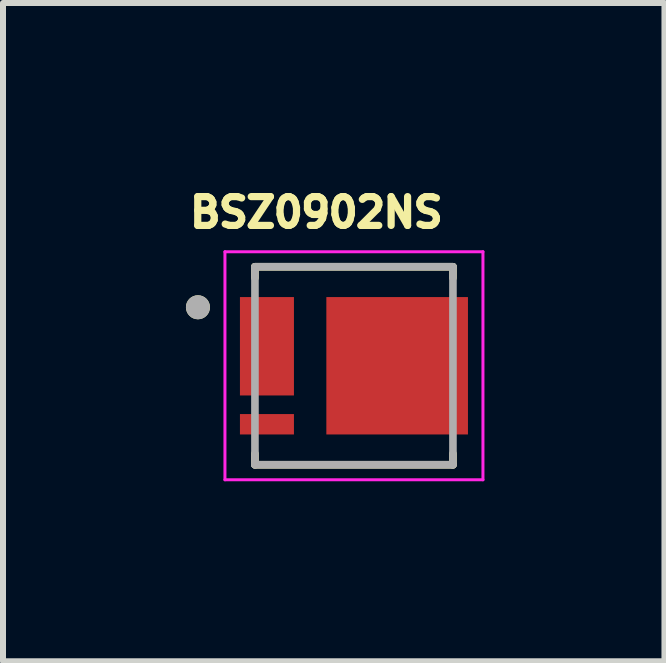
<source format=kicad_pcb>
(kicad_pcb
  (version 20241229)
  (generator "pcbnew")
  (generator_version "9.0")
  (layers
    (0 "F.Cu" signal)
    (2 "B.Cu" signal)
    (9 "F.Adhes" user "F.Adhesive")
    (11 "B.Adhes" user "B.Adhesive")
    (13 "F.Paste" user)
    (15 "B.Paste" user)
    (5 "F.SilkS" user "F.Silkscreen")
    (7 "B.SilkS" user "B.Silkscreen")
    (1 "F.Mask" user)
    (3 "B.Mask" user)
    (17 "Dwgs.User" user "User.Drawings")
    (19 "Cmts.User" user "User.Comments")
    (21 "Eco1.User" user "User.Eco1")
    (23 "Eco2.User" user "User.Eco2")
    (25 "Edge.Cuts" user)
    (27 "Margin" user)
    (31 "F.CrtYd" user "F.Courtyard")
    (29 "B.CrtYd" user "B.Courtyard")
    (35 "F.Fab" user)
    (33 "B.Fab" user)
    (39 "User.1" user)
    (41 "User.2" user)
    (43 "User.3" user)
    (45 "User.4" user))
  (footprint "BSZ0902NS"
    (layer "F.Cu")
    (at 2.849 3.046)
    (property "Reference" "BSZ0902NS" (at -0.626 -2.555 0) (layer "F.SilkS") (effects (font (size 0.48 0.48) (thickness 0.15))))
    (attr smd)
    (fp_poly (pts (xy -1.9 0.805) (xy -1 0.805) (xy -1 1.145) (xy -1.9 1.145)) (stroke (width 0.01) (type solid)) (fill yes) (layer "F.Mask"))
    (fp_poly (pts (xy -1 -1.145) (xy -1 0.495) (xy -1.9 0.495) (xy -1.9 0.155) (xy -1.45 0.155) (xy -1.45 -0.155) (xy -1.9 -0.155) (xy -1.9 -0.495) (xy -1.45 -0.495) (xy -1.45 -0.805) (xy -1.9 -0.805) (xy -1.9 -1.145)) (stroke (width 0.01) (type solid)) (fill yes) (layer "F.Mask"))
    (fp_poly (pts (xy -0.46 -1.145) (xy -0.46 1.145) (xy 1.9 1.145) (xy 1.9 0.805) (xy 1.25 0.805) (xy 1.25 0.495) (xy 1.9 0.495) (xy 1.9 0.155) (xy 1.25 0.155) (xy 1.25 -0.155) (xy 1.9 -0.155) (xy 1.9 -0.495) (xy 1.25 -0.495) (xy 1.25 -0.805) (xy 1.9 -0.805) (xy 1.9 -1.145)) (stroke (width 0.01) (type solid)) (fill yes) (layer "F.Mask"))
    (fp_line (start -1.65 -1.65) (end -1.65 -1.465) (stroke (width 0.127) (type solid)) (layer "F.SilkS"))
    (fp_line (start -1.65 1.65) (end -1.65 1.465) (stroke (width 0.127) (type solid)) (layer "F.SilkS"))
    (fp_line (start -1.65 1.65) (end 1.65 1.65) (stroke (width 0.127) (type solid)) (layer "F.SilkS"))
    (fp_line (start 1.65 -1.65) (end -1.65 -1.65) (stroke (width 0.127) (type solid)) (layer "F.SilkS"))
    (fp_line (start 1.65 -1.465) (end 1.65 -1.65) (stroke (width 0.127) (type solid)) (layer "F.SilkS"))
    (fp_line (start 1.65 1.65) (end 1.65 1.465) (stroke (width 0.127) (type solid)) (layer "F.SilkS"))
    (fp_circle (center -2.6 -0.975) (end -2.5 -0.975) (stroke (width 0.2) (type solid)) (fill no) (layer "F.SilkS"))
    (fp_poly (pts (xy -1.775 0.855) (xy -1.225 0.855) (xy -1.221 0.855) (xy -1.217 0.855) (xy -1.213 0.856) (xy -1.209 0.857) (xy -1.206 0.858) (xy -1.202 0.859) (xy -1.198 0.86) (xy -1.194 0.861) (xy -1.191 0.863) (xy -1.188 0.865) (xy -1.184 0.867) (xy -1.181 0.869) (xy -1.178 0.872) (xy -1.175 0.874) (xy -1.172 0.877) (xy -1.169 0.88) (xy -1.167 0.883) (xy -1.164 0.886) (xy -1.162 0.889) (xy -1.16 0.893) (xy -1.158 0.896) (xy -1.156 0.899) (xy -1.155 0.903) (xy -1.154 0.907) (xy -1.153 0.911) (xy -1.152 0.914) (xy -1.151 0.918) (xy -1.15 0.922) (xy -1.15 0.926) (xy -1.15 0.93) (xy -1.15 1.02) (xy -1.15 1.024) (xy -1.15 1.028) (xy -1.151 1.032) (xy -1.152 1.036) (xy -1.153 1.039) (xy -1.154 1.043) (xy -1.155 1.047) (xy -1.156 1.051) (xy -1.158 1.054) (xy -1.16 1.058) (xy -1.162 1.061) (xy -1.164 1.064) (xy -1.167 1.067) (xy -1.169 1.07) (xy -1.172 1.073) (xy -1.175 1.076) (xy -1.178 1.078) (xy -1.181 1.081) (xy -1.184 1.083) (xy -1.188 1.085) (xy -1.191 1.087) (xy -1.194 1.089) (xy -1.198 1.09) (xy -1.202 1.091) (xy -1.206 1.092) (xy -1.209 1.093) (xy -1.213 1.094) (xy -1.217 1.095) (xy -1.221 1.095) (xy -1.225 1.095) (xy -1.775 1.095) (xy -1.779 1.095) (xy -1.783 1.095) (xy -1.787 1.094) (xy -1.791 1.093) (xy -1.794 1.092) (xy -1.798 1.091) (xy -1.802 1.09) (xy -1.806 1.089) (xy -1.809 1.087) (xy -1.813 1.085) (xy -1.816 1.083) (xy -1.819 1.081) (xy -1.822 1.078) (xy -1.825 1.076) (xy -1.828 1.073) (xy -1.831 1.07) (xy -1.833 1.067) (xy -1.836 1.064) (xy -1.838 1.061) (xy -1.84 1.058) (xy -1.842 1.054) (xy -1.844 1.051) (xy -1.845 1.047) (xy -1.846 1.043) (xy -1.847 1.039) (xy -1.848 1.036) (xy -1.849 1.032) (xy -1.85 1.028) (xy -1.85 1.024) (xy -1.85 1.02) (xy -1.85 0.93) (xy -1.85 0.926) (xy -1.85 0.922) (xy -1.849 0.918) (xy -1.848 0.914) (xy -1.847 0.911) (xy -1.846 0.907) (xy -1.845 0.903) (xy -1.844 0.899) (xy -1.842 0.896) (xy -1.84 0.893) (xy -1.838 0.889) (xy -1.836 0.886) (xy -1.833 0.883) (xy -1.831 0.88) (xy -1.828 0.877) (xy -1.825 0.874) (xy -1.822 0.872) (xy -1.819 0.869) (xy -1.816 0.867) (xy -1.813 0.865) (xy -1.809 0.863) (xy -1.806 0.861) (xy -1.802 0.86) (xy -1.798 0.859) (xy -1.794 0.858) (xy -1.791 0.857) (xy -1.787 0.856) (xy -1.783 0.855) (xy -1.779 0.855) (xy -1.775 0.855)) (stroke (width 0.01) (type solid)) (fill yes) (layer "F.Paste"))
    (fp_poly (pts (xy -1.55 -1.02) (xy -1.55 -0.93) (xy -1.55 -0.926) (xy -1.55 -0.922) (xy -1.551 -0.918) (xy -1.552 -0.914) (xy -1.553 -0.911) (xy -1.554 -0.907) (xy -1.555 -0.903) (xy -1.556 -0.899) (xy -1.558 -0.896) (xy -1.56 -0.893) (xy -1.562 -0.889) (xy -1.564 -0.886) (xy -1.567 -0.883) (xy -1.569 -0.88) (xy -1.572 -0.877) (xy -1.575 -0.874) (xy -1.578 -0.872) (xy -1.581 -0.869) (xy -1.584 -0.867) (xy -1.587 -0.865) (xy -1.591 -0.863) (xy -1.594 -0.861) (xy -1.598 -0.86) (xy -1.602 -0.859) (xy -1.606 -0.858) (xy -1.609 -0.857) (xy -1.613 -0.856) (xy -1.617 -0.855) (xy -1.621 -0.855) (xy -1.625 -0.855) (xy -1.775 -0.855) (xy -1.779 -0.855) (xy -1.783 -0.855) (xy -1.787 -0.856) (xy -1.791 -0.857) (xy -1.794 -0.858) (xy -1.798 -0.859) (xy -1.802 -0.86) (xy -1.806 -0.861) (xy -1.809 -0.863) (xy -1.813 -0.865) (xy -1.816 -0.867) (xy -1.819 -0.869) (xy -1.822 -0.872) (xy -1.825 -0.874) (xy -1.828 -0.877) (xy -1.831 -0.88) (xy -1.833 -0.883) (xy -1.836 -0.886) (xy -1.838 -0.889) (xy -1.84 -0.893) (xy -1.842 -0.896) (xy -1.844 -0.899) (xy -1.845 -0.903) (xy -1.846 -0.907) (xy -1.847 -0.911) (xy -1.848 -0.914) (xy -1.849 -0.918) (xy -1.85 -0.922) (xy -1.85 -0.926) (xy -1.85 -0.93) (xy -1.85 -1.02) (xy -1.85 -1.024) (xy -1.85 -1.028) (xy -1.849 -1.032) (xy -1.848 -1.036) (xy -1.847 -1.039) (xy -1.846 -1.043) (xy -1.845 -1.047) (xy -1.844 -1.051) (xy -1.842 -1.054) (xy -1.84 -1.058) (xy -1.838 -1.061) (xy -1.836 -1.064) (xy -1.833 -1.067) (xy -1.831 -1.07) (xy -1.828 -1.073) (xy -1.825 -1.076) (xy -1.822 -1.078) (xy -1.819 -1.081) (xy -1.816 -1.083) (xy -1.813 -1.085) (xy -1.809 -1.087) (xy -1.806 -1.089) (xy -1.802 -1.09) (xy -1.798 -1.091) (xy -1.794 -1.092) (xy -1.791 -1.093) (xy -1.787 -1.094) (xy -1.783 -1.095) (xy -1.779 -1.095) (xy -1.775 -1.095) (xy -1.625 -1.095) (xy -1.621 -1.095) (xy -1.617 -1.095) (xy -1.613 -1.094) (xy -1.609 -1.093) (xy -1.606 -1.092) (xy -1.602 -1.091) (xy -1.598 -1.09) (xy -1.594 -1.089) (xy -1.591 -1.087) (xy -1.587 -1.085) (xy -1.584 -1.083) (xy -1.581 -1.081) (xy -1.578 -1.078) (xy -1.575 -1.076) (xy -1.572 -1.073) (xy -1.569 -1.07) (xy -1.567 -1.067) (xy -1.564 -1.064) (xy -1.562 -1.061) (xy -1.56 -1.058) (xy -1.558 -1.054) (xy -1.556 -1.051) (xy -1.555 -1.047) (xy -1.554 -1.043) (xy -1.553 -1.039) (xy -1.552 -1.036) (xy -1.551 -1.032) (xy -1.55 -1.028) (xy -1.55 -1.024) (xy -1.55 -1.02)) (stroke (width 0.01) (type solid)) (fill yes) (layer "F.Paste"))
    (fp_poly (pts (xy -1.55 -0.37) (xy -1.55 -0.28) (xy -1.55 -0.276) (xy -1.55 -0.272) (xy -1.551 -0.268) (xy -1.552 -0.264) (xy -1.553 -0.261) (xy -1.554 -0.257) (xy -1.555 -0.253) (xy -1.556 -0.249) (xy -1.558 -0.246) (xy -1.56 -0.242) (xy -1.562 -0.239) (xy -1.564 -0.236) (xy -1.567 -0.233) (xy -1.569 -0.23) (xy -1.572 -0.227) (xy -1.575 -0.224) (xy -1.578 -0.222) (xy -1.581 -0.219) (xy -1.584 -0.217) (xy -1.587 -0.215) (xy -1.591 -0.213) (xy -1.594 -0.211) (xy -1.598 -0.21) (xy -1.602 -0.209) (xy -1.606 -0.208) (xy -1.609 -0.207) (xy -1.613 -0.206) (xy -1.617 -0.205) (xy -1.621 -0.205) (xy -1.625 -0.205) (xy -1.775 -0.205) (xy -1.779 -0.205) (xy -1.783 -0.205) (xy -1.787 -0.206) (xy -1.791 -0.207) (xy -1.794 -0.208) (xy -1.798 -0.209) (xy -1.802 -0.21) (xy -1.806 -0.211) (xy -1.809 -0.213) (xy -1.813 -0.215) (xy -1.816 -0.217) (xy -1.819 -0.219) (xy -1.822 -0.222) (xy -1.825 -0.224) (xy -1.828 -0.227) (xy -1.831 -0.23) (xy -1.833 -0.233) (xy -1.836 -0.236) (xy -1.838 -0.239) (xy -1.84 -0.243) (xy -1.842 -0.246) (xy -1.844 -0.249) (xy -1.845 -0.253) (xy -1.846 -0.257) (xy -1.847 -0.261) (xy -1.848 -0.264) (xy -1.849 -0.268) (xy -1.85 -0.272) (xy -1.85 -0.276) (xy -1.85 -0.28) (xy -1.85 -0.37) (xy -1.85 -0.374) (xy -1.85 -0.378) (xy -1.849 -0.382) (xy -1.848 -0.386) (xy -1.847 -0.389) (xy -1.846 -0.393) (xy -1.845 -0.397) (xy -1.844 -0.401) (xy -1.842 -0.404) (xy -1.84 -0.407) (xy -1.838 -0.411) (xy -1.836 -0.414) (xy -1.833 -0.417) (xy -1.831 -0.42) (xy -1.828 -0.423) (xy -1.825 -0.426) (xy -1.822 -0.428) (xy -1.819 -0.431) (xy -1.816 -0.433) (xy -1.813 -0.435) (xy -1.809 -0.437) (xy -1.806 -0.439) (xy -1.802 -0.44) (xy -1.798 -0.441) (xy -1.794 -0.442) (xy -1.791 -0.443) (xy -1.787 -0.444) (xy -1.783 -0.445) (xy -1.779 -0.445) (xy -1.775 -0.445) (xy -1.625 -0.445) (xy -1.621 -0.445) (xy -1.617 -0.445) (xy -1.613 -0.444) (xy -1.609 -0.443) (xy -1.606 -0.442) (xy -1.602 -0.441) (xy -1.598 -0.44) (xy -1.594 -0.439) (xy -1.591 -0.437) (xy -1.587 -0.435) (xy -1.584 -0.433) (xy -1.581 -0.431) (xy -1.578 -0.428) (xy -1.575 -0.426) (xy -1.572 -0.423) (xy -1.569 -0.42) (xy -1.567 -0.417) (xy -1.564 -0.414) (xy -1.562 -0.411) (xy -1.56 -0.407) (xy -1.558 -0.404) (xy -1.556 -0.401) (xy -1.555 -0.397) (xy -1.554 -0.393) (xy -1.553 -0.389) (xy -1.552 -0.386) (xy -1.551 -0.382) (xy -1.55 -0.378) (xy -1.55 -0.374) (xy -1.55 -0.37)) (stroke (width 0.01) (type solid)) (fill yes) (layer "F.Paste"))
    (fp_poly (pts (xy -1.55 0.28) (xy -1.55 0.37) (xy -1.55 0.374) (xy -1.55 0.378) (xy -1.551 0.382) (xy -1.552 0.386) (xy -1.553 0.389) (xy -1.554 0.393) (xy -1.555 0.397) (xy -1.556 0.401) (xy -1.558 0.404) (xy -1.56 0.407) (xy -1.562 0.411) (xy -1.564 0.414) (xy -1.567 0.417) (xy -1.569 0.42) (xy -1.572 0.423) (xy -1.575 0.426) (xy -1.578 0.428) (xy -1.581 0.431) (xy -1.584 0.433) (xy -1.587 0.435) (xy -1.591 0.437) (xy -1.594 0.439) (xy -1.598 0.44) (xy -1.602 0.441) (xy -1.606 0.442) (xy -1.609 0.443) (xy -1.613 0.444) (xy -1.617 0.445) (xy -1.621 0.445) (xy -1.625 0.445) (xy -1.775 0.445) (xy -1.779 0.445) (xy -1.783 0.445) (xy -1.787 0.444) (xy -1.791 0.443) (xy -1.794 0.442) (xy -1.798 0.441) (xy -1.802 0.44) (xy -1.806 0.439) (xy -1.809 0.437) (xy -1.813 0.435) (xy -1.816 0.433) (xy -1.819 0.431) (xy -1.822 0.428) (xy -1.825 0.426) (xy -1.828 0.423) (xy -1.831 0.42) (xy -1.833 0.417) (xy -1.836 0.414) (xy -1.838 0.411) (xy -1.84 0.407) (xy -1.842 0.404) (xy -1.844 0.401) (xy -1.845 0.397) (xy -1.846 0.393) (xy -1.847 0.389) (xy -1.848 0.386) (xy -1.849 0.382) (xy -1.85 0.378) (xy -1.85 0.374) (xy -1.85 0.37) (xy -1.85 0.28) (xy -1.85 0.276) (xy -1.85 0.272) (xy -1.849 0.268) (xy -1.848 0.264) (xy -1.847 0.261) (xy -1.846 0.257) (xy -1.845 0.253) (xy -1.844 0.249) (xy -1.842 0.246) (xy -1.84 0.243) (xy -1.838 0.239) (xy -1.836 0.236) (xy -1.833 0.233) (xy -1.831 0.23) (xy -1.828 0.227) (xy -1.825 0.224) (xy -1.822 0.222) (xy -1.819 0.219) (xy -1.816 0.217) (xy -1.813 0.215) (xy -1.809 0.213) (xy -1.806 0.211) (xy -1.802 0.21) (xy -1.798 0.209) (xy -1.794 0.208) (xy -1.791 0.207) (xy -1.787 0.206) (xy -1.783 0.205) (xy -1.779 0.205) (xy -1.775 0.205) (xy -1.625 0.205) (xy -1.621 0.205) (xy -1.617 0.205) (xy -1.613 0.206) (xy -1.609 0.207) (xy -1.606 0.208) (xy -1.602 0.209) (xy -1.598 0.21) (xy -1.594 0.211) (xy -1.591 0.213) (xy -1.587 0.215) (xy -1.584 0.217) (xy -1.581 0.219) (xy -1.578 0.222) (xy -1.575 0.224) (xy -1.572 0.227) (xy -1.569 0.23) (xy -1.567 0.233) (xy -1.564 0.236) (xy -1.562 0.239) (xy -1.56 0.242) (xy -1.558 0.246) (xy -1.556 0.249) (xy -1.555 0.253) (xy -1.554 0.257) (xy -1.553 0.261) (xy -1.552 0.264) (xy -1.551 0.268) (xy -1.55 0.272) (xy -1.55 0.276) (xy -1.55 0.28)) (stroke (width 0.01) (type solid)) (fill yes) (layer "F.Paste"))
    (fp_poly (pts (xy -1.4 -0.501) (xy -1.4 -1.019) (xy -1.4 -1.023) (xy -1.4 -1.027) (xy -1.399 -1.031) (xy -1.398 -1.035) (xy -1.397 -1.038) (xy -1.396 -1.042) (xy -1.395 -1.046) (xy -1.394 -1.05) (xy -1.392 -1.053) (xy -1.39 -1.056) (xy -1.388 -1.06) (xy -1.386 -1.063) (xy -1.383 -1.066) (xy -1.381 -1.069) (xy -1.378 -1.072) (xy -1.375 -1.075) (xy -1.372 -1.077) (xy -1.369 -1.08) (xy -1.366 -1.082) (xy -1.362 -1.084) (xy -1.359 -1.086) (xy -1.356 -1.088) (xy -1.352 -1.089) (xy -1.348 -1.09) (xy -1.344 -1.091) (xy -1.341 -1.092) (xy -1.337 -1.093) (xy -1.333 -1.094) (xy -1.329 -1.094) (xy -1.325 -1.094) (xy -1.125 -1.094) (xy -1.121 -1.094) (xy -1.117 -1.094) (xy -1.113 -1.093) (xy -1.109 -1.092) (xy -1.106 -1.091) (xy -1.102 -1.09) (xy -1.098 -1.089) (xy -1.094 -1.088) (xy -1.091 -1.086) (xy -1.087 -1.084) (xy -1.084 -1.082) (xy -1.081 -1.08) (xy -1.078 -1.077) (xy -1.075 -1.075) (xy -1.072 -1.072) (xy -1.069 -1.069) (xy -1.067 -1.066) (xy -1.064 -1.063) (xy -1.062 -1.06) (xy -1.06 -1.056) (xy -1.058 -1.053) (xy -1.056 -1.05) (xy -1.055 -1.046) (xy -1.054 -1.042) (xy -1.053 -1.038) (xy -1.052 -1.035) (xy -1.051 -1.031) (xy -1.05 -1.027) (xy -1.05 -1.023) (xy -1.05 -1.019) (xy -1.05 -0.501) (xy -1.05 -0.497) (xy -1.05 -0.493) (xy -1.051 -0.489) (xy -1.052 -0.485) (xy -1.053 -0.482) (xy -1.054 -0.478) (xy -1.055 -0.474) (xy -1.056 -0.47) (xy -1.058 -0.467) (xy -1.06 -0.464) (xy -1.062 -0.46) (xy -1.064 -0.457) (xy -1.067 -0.454) (xy -1.069 -0.451) (xy -1.072 -0.448) (xy -1.075 -0.445) (xy -1.078 -0.443) (xy -1.081 -0.44) (xy -1.084 -0.438) (xy -1.087 -0.436) (xy -1.091 -0.434) (xy -1.094 -0.432) (xy -1.098 -0.431) (xy -1.102 -0.43) (xy -1.106 -0.429) (xy -1.109 -0.428) (xy -1.113 -0.427) (xy -1.117 -0.426) (xy -1.121 -0.426) (xy -1.125 -0.426) (xy -1.325 -0.426) (xy -1.329 -0.426) (xy -1.333 -0.426) (xy -1.337 -0.427) (xy -1.341 -0.428) (xy -1.344 -0.429) (xy -1.348 -0.43) (xy -1.352 -0.431) (xy -1.356 -0.432) (xy -1.359 -0.434) (xy -1.362 -0.436) (xy -1.366 -0.438) (xy -1.369 -0.44) (xy -1.372 -0.443) (xy -1.375 -0.445) (xy -1.378 -0.448) (xy -1.381 -0.451) (xy -1.383 -0.454) (xy -1.386 -0.457) (xy -1.388 -0.46) (xy -1.39 -0.464) (xy -1.392 -0.467) (xy -1.394 -0.47) (xy -1.395 -0.474) (xy -1.396 -0.478) (xy -1.397 -0.482) (xy -1.398 -0.485) (xy -1.399 -0.489) (xy -1.4 -0.493) (xy -1.4 -0.497) (xy -1.4 -0.501)) (stroke (width 0.01) (type solid)) (fill yes) (layer "F.Paste"))
    (fp_poly (pts (xy -1.4 0.369) (xy -1.4 -0.149) (xy -1.4 -0.153) (xy -1.4 -0.157) (xy -1.399 -0.161) (xy -1.398 -0.165) (xy -1.397 -0.168) (xy -1.396 -0.172) (xy -1.395 -0.176) (xy -1.394 -0.18) (xy -1.392 -0.183) (xy -1.39 -0.186) (xy -1.388 -0.19) (xy -1.386 -0.193) (xy -1.383 -0.196) (xy -1.381 -0.199) (xy -1.378 -0.202) (xy -1.375 -0.205) (xy -1.372 -0.207) (xy -1.369 -0.21) (xy -1.366 -0.212) (xy -1.362 -0.214) (xy -1.359 -0.216) (xy -1.356 -0.218) (xy -1.352 -0.219) (xy -1.348 -0.22) (xy -1.344 -0.221) (xy -1.341 -0.222) (xy -1.337 -0.223) (xy -1.333 -0.224) (xy -1.329 -0.224) (xy -1.325 -0.224) (xy -1.125 -0.224) (xy -1.121 -0.224) (xy -1.117 -0.224) (xy -1.113 -0.223) (xy -1.109 -0.222) (xy -1.106 -0.221) (xy -1.102 -0.22) (xy -1.098 -0.219) (xy -1.094 -0.218) (xy -1.091 -0.216) (xy -1.087 -0.214) (xy -1.084 -0.212) (xy -1.081 -0.21) (xy -1.078 -0.207) (xy -1.075 -0.205) (xy -1.072 -0.202) (xy -1.069 -0.199) (xy -1.067 -0.196) (xy -1.064 -0.193) (xy -1.062 -0.19) (xy -1.06 -0.186) (xy -1.058 -0.183) (xy -1.056 -0.18) (xy -1.055 -0.176) (xy -1.054 -0.172) (xy -1.053 -0.168) (xy -1.052 -0.165) (xy -1.051 -0.161) (xy -1.05 -0.157) (xy -1.05 -0.153) (xy -1.05 -0.149) (xy -1.05 0.369) (xy -1.05 0.373) (xy -1.05 0.377) (xy -1.051 0.381) (xy -1.052 0.385) (xy -1.053 0.388) (xy -1.054 0.392) (xy -1.055 0.396) (xy -1.056 0.4) (xy -1.058 0.403) (xy -1.06 0.406) (xy -1.062 0.41) (xy -1.064 0.413) (xy -1.067 0.416) (xy -1.069 0.419) (xy -1.072 0.422) (xy -1.075 0.425) (xy -1.078 0.427) (xy -1.081 0.43) (xy -1.084 0.432) (xy -1.087 0.434) (xy -1.091 0.436) (xy -1.094 0.438) (xy -1.098 0.439) (xy -1.102 0.44) (xy -1.106 0.441) (xy -1.109 0.442) (xy -1.113 0.443) (xy -1.117 0.444) (xy -1.121 0.444) (xy -1.125 0.444) (xy -1.325 0.444) (xy -1.329 0.444) (xy -1.333 0.444) (xy -1.337 0.443) (xy -1.341 0.442) (xy -1.344 0.441) (xy -1.348 0.44) (xy -1.352 0.439) (xy -1.356 0.438) (xy -1.359 0.436) (xy -1.362 0.434) (xy -1.366 0.432) (xy -1.369 0.43) (xy -1.372 0.427) (xy -1.375 0.425) (xy -1.378 0.422) (xy -1.381 0.419) (xy -1.383 0.416) (xy -1.386 0.413) (xy -1.388 0.41) (xy -1.39 0.406) (xy -1.392 0.403) (xy -1.394 0.4) (xy -1.395 0.396) (xy -1.396 0.392) (xy -1.397 0.388) (xy -1.398 0.385) (xy -1.399 0.381) (xy -1.4 0.377) (xy -1.4 0.373) (xy -1.4 0.369)) (stroke (width 0.01) (type solid)) (fill yes) (layer "F.Paste"))
    (fp_poly (pts (xy -0.35 -0.47) (xy -0.35 0.47) (xy -0.35 0.474) (xy -0.35 0.478) (xy -0.349 0.482) (xy -0.348 0.486) (xy -0.347 0.489) (xy -0.346 0.493) (xy -0.345 0.497) (xy -0.344 0.501) (xy -0.342 0.504) (xy -0.34 0.508) (xy -0.338 0.511) (xy -0.336 0.514) (xy -0.333 0.517) (xy -0.331 0.52) (xy -0.328 0.523) (xy -0.325 0.526) (xy -0.322 0.528) (xy -0.319 0.531) (xy -0.316 0.533) (xy -0.313 0.535) (xy -0.309 0.537) (xy -0.306 0.539) (xy -0.302 0.54) (xy -0.298 0.541) (xy -0.294 0.542) (xy -0.291 0.543) (xy -0.287 0.544) (xy -0.283 0.545) (xy -0.279 0.545) (xy -0.275 0.545) (xy 0.975 0.545) (xy 0.979 0.545) (xy 0.983 0.545) (xy 0.987 0.544) (xy 0.991 0.543) (xy 0.994 0.542) (xy 0.998 0.541) (xy 1.002 0.54) (xy 1.006 0.539) (xy 1.009 0.537) (xy 1.012 0.535) (xy 1.016 0.533) (xy 1.019 0.531) (xy 1.022 0.528) (xy 1.025 0.526) (xy 1.028 0.523) (xy 1.031 0.52) (xy 1.033 0.517) (xy 1.036 0.514) (xy 1.038 0.511) (xy 1.04 0.508) (xy 1.042 0.504) (xy 1.044 0.501) (xy 1.045 0.497) (xy 1.046 0.493) (xy 1.047 0.489) (xy 1.048 0.486) (xy 1.049 0.482) (xy 1.05 0.478) (xy 1.05 0.474) (xy 1.05 0.47) (xy 1.05 -0.47) (xy 1.05 -0.474) (xy 1.05 -0.478) (xy 1.049 -0.482) (xy 1.048 -0.486) (xy 1.047 -0.489) (xy 1.046 -0.493) (xy 1.045 -0.497) (xy 1.044 -0.501) (xy 1.042 -0.504) (xy 1.04 -0.508) (xy 1.038 -0.511) (xy 1.036 -0.514) (xy 1.033 -0.517) (xy 1.031 -0.52) (xy 1.028 -0.523) (xy 1.025 -0.526) (xy 1.022 -0.528) (xy 1.019 -0.531) (xy 1.016 -0.533) (xy 1.012 -0.535) (xy 1.009 -0.537) (xy 1.006 -0.539) (xy 1.002 -0.54) (xy 0.998 -0.541) (xy 0.994 -0.542) (xy 0.991 -0.543) (xy 0.987 -0.544) (xy 0.983 -0.545) (xy 0.979 -0.545) (xy 0.975 -0.545) (xy -0.275 -0.545) (xy -0.279 -0.545) (xy -0.283 -0.545) (xy -0.287 -0.544) (xy -0.291 -0.543) (xy -0.294 -0.542) (xy -0.298 -0.541) (xy -0.302 -0.54) (xy -0.306 -0.539) (xy -0.309 -0.537) (xy -0.312 -0.535) (xy -0.316 -0.533) (xy -0.319 -0.531) (xy -0.322 -0.528) (xy -0.325 -0.526) (xy -0.328 -0.523) (xy -0.331 -0.52) (xy -0.333 -0.517) (xy -0.336 -0.514) (xy -0.338 -0.511) (xy -0.34 -0.508) (xy -0.342 -0.504) (xy -0.344 -0.501) (xy -0.345 -0.497) (xy -0.346 -0.493) (xy -0.347 -0.489) (xy -0.348 -0.486) (xy -0.349 -0.482) (xy -0.35 -0.478) (xy -0.35 -0.474) (xy -0.35 -0.47)) (stroke (width 0.01) (type solid)) (fill yes) (layer "F.Paste"))
    (fp_poly (pts (xy -0.275 -1.095) (xy 0.975 -1.095) (xy 0.979 -1.095) (xy 0.983 -1.095) (xy 0.987 -1.094) (xy 0.991 -1.093) (xy 0.994 -1.092) (xy 0.998 -1.091) (xy 1.002 -1.09) (xy 1.006 -1.089) (xy 1.009 -1.087) (xy 1.012 -1.085) (xy 1.016 -1.083) (xy 1.019 -1.081) (xy 1.022 -1.078) (xy 1.025 -1.076) (xy 1.028 -1.073) (xy 1.031 -1.07) (xy 1.033 -1.067) (xy 1.036 -1.064) (xy 1.038 -1.061) (xy 1.04 -1.058) (xy 1.042 -1.054) (xy 1.044 -1.051) (xy 1.045 -1.047) (xy 1.046 -1.043) (xy 1.047 -1.039) (xy 1.048 -1.036) (xy 1.049 -1.032) (xy 1.05 -1.028) (xy 1.05 -1.024) (xy 1.05 -1.02) (xy 1.05 -0.93) (xy 1.05 -0.926) (xy 1.05 -0.922) (xy 1.049 -0.918) (xy 1.048 -0.914) (xy 1.047 -0.911) (xy 1.046 -0.907) (xy 1.045 -0.903) (xy 1.044 -0.899) (xy 1.042 -0.896) (xy 1.04 -0.893) (xy 1.038 -0.889) (xy 1.036 -0.886) (xy 1.033 -0.883) (xy 1.031 -0.88) (xy 1.028 -0.877) (xy 1.025 -0.874) (xy 1.022 -0.872) (xy 1.019 -0.869) (xy 1.016 -0.867) (xy 1.012 -0.865) (xy 1.009 -0.863) (xy 1.006 -0.861) (xy 1.002 -0.86) (xy 0.998 -0.859) (xy 0.994 -0.858) (xy 0.991 -0.857) (xy 0.987 -0.856) (xy 0.983 -0.855) (xy 0.979 -0.855) (xy 0.975 -0.855) (xy -0.275 -0.855) (xy -0.279 -0.855) (xy -0.283 -0.855) (xy -0.287 -0.856) (xy -0.291 -0.857) (xy -0.294 -0.858) (xy -0.298 -0.859) (xy -0.302 -0.86) (xy -0.306 -0.861) (xy -0.309 -0.863) (xy -0.313 -0.865) (xy -0.316 -0.867) (xy -0.319 -0.869) (xy -0.322 -0.872) (xy -0.325 -0.874) (xy -0.328 -0.877) (xy -0.331 -0.88) (xy -0.333 -0.883) (xy -0.336 -0.886) (xy -0.338 -0.889) (xy -0.34 -0.893) (xy -0.342 -0.896) (xy -0.344 -0.899) (xy -0.345 -0.903) (xy -0.346 -0.907) (xy -0.347 -0.911) (xy -0.348 -0.914) (xy -0.349 -0.918) (xy -0.35 -0.922) (xy -0.35 -0.926) (xy -0.35 -0.93) (xy -0.35 -1.02) (xy -0.35 -1.024) (xy -0.35 -1.028) (xy -0.349 -1.032) (xy -0.348 -1.036) (xy -0.347 -1.039) (xy -0.346 -1.043) (xy -0.345 -1.047) (xy -0.344 -1.051) (xy -0.342 -1.054) (xy -0.34 -1.058) (xy -0.338 -1.061) (xy -0.336 -1.064) (xy -0.333 -1.067) (xy -0.331 -1.07) (xy -0.328 -1.073) (xy -0.325 -1.076) (xy -0.322 -1.078) (xy -0.319 -1.081) (xy -0.316 -1.083) (xy -0.313 -1.085) (xy -0.309 -1.087) (xy -0.306 -1.089) (xy -0.302 -1.09) (xy -0.298 -1.091) (xy -0.294 -1.092) (xy -0.291 -1.093) (xy -0.287 -1.094) (xy -0.283 -1.095) (xy -0.279 -1.095) (xy -0.275 -1.095)) (stroke (width 0.01) (type solid)) (fill yes) (layer "F.Paste"))
    (fp_poly (pts (xy -0.275 0.855) (xy 0.975 0.855) (xy 0.979 0.855) (xy 0.983 0.855) (xy 0.987 0.856) (xy 0.991 0.857) (xy 0.994 0.858) (xy 0.998 0.859) (xy 1.002 0.86) (xy 1.006 0.861) (xy 1.009 0.863) (xy 1.012 0.865) (xy 1.016 0.867) (xy 1.019 0.869) (xy 1.022 0.872) (xy 1.025 0.874) (xy 1.028 0.877) (xy 1.031 0.88) (xy 1.033 0.883) (xy 1.036 0.886) (xy 1.038 0.889) (xy 1.04 0.893) (xy 1.042 0.896) (xy 1.044 0.899) (xy 1.045 0.903) (xy 1.046 0.907) (xy 1.047 0.911) (xy 1.048 0.914) (xy 1.049 0.918) (xy 1.05 0.922) (xy 1.05 0.926) (xy 1.05 0.93) (xy 1.05 1.02) (xy 1.05 1.024) (xy 1.05 1.028) (xy 1.049 1.032) (xy 1.048 1.036) (xy 1.047 1.039) (xy 1.046 1.043) (xy 1.045 1.047) (xy 1.044 1.051) (xy 1.042 1.054) (xy 1.04 1.058) (xy 1.038 1.061) (xy 1.036 1.064) (xy 1.033 1.067) (xy 1.031 1.07) (xy 1.028 1.073) (xy 1.025 1.076) (xy 1.022 1.078) (xy 1.019 1.081) (xy 1.016 1.083) (xy 1.012 1.085) (xy 1.009 1.087) (xy 1.006 1.089) (xy 1.002 1.09) (xy 0.998 1.091) (xy 0.994 1.092) (xy 0.991 1.093) (xy 0.987 1.094) (xy 0.983 1.095) (xy 0.979 1.095) (xy 0.975 1.095) (xy -0.275 1.095) (xy -0.279 1.095) (xy -0.283 1.095) (xy -0.287 1.094) (xy -0.291 1.093) (xy -0.294 1.092) (xy -0.298 1.091) (xy -0.302 1.09) (xy -0.306 1.089) (xy -0.309 1.087) (xy -0.313 1.085) (xy -0.316 1.083) (xy -0.319 1.081) (xy -0.322 1.078) (xy -0.325 1.076) (xy -0.328 1.073) (xy -0.331 1.07) (xy -0.333 1.067) (xy -0.336 1.064) (xy -0.338 1.061) (xy -0.34 1.058) (xy -0.342 1.054) (xy -0.344 1.051) (xy -0.345 1.047) (xy -0.346 1.043) (xy -0.347 1.039) (xy -0.348 1.036) (xy -0.349 1.032) (xy -0.35 1.028) (xy -0.35 1.024) (xy -0.35 1.02) (xy -0.35 0.93) (xy -0.35 0.926) (xy -0.35 0.922) (xy -0.349 0.918) (xy -0.348 0.914) (xy -0.347 0.911) (xy -0.346 0.907) (xy -0.345 0.903) (xy -0.344 0.899) (xy -0.342 0.896) (xy -0.34 0.893) (xy -0.338 0.889) (xy -0.336 0.886) (xy -0.333 0.883) (xy -0.331 0.88) (xy -0.328 0.877) (xy -0.325 0.874) (xy -0.322 0.872) (xy -0.319 0.869) (xy -0.316 0.867) (xy -0.312 0.865) (xy -0.309 0.863) (xy -0.306 0.861) (xy -0.302 0.86) (xy -0.298 0.859) (xy -0.294 0.858) (xy -0.291 0.857) (xy -0.287 0.856) (xy -0.283 0.855) (xy -0.279 0.855) (xy -0.275 0.855)) (stroke (width 0.01) (type solid)) (fill yes) (layer "F.Paste"))
    (fp_poly (pts (xy 1.325 -0.855) (xy 1.775 -0.855) (xy 1.779 -0.855) (xy 1.783 -0.855) (xy 1.787 -0.856) (xy 1.791 -0.857) (xy 1.794 -0.858) (xy 1.798 -0.859) (xy 1.802 -0.86) (xy 1.806 -0.861) (xy 1.809 -0.863) (xy 1.813 -0.865) (xy 1.816 -0.867) (xy 1.819 -0.869) (xy 1.822 -0.872) (xy 1.825 -0.874) (xy 1.828 -0.877) (xy 1.831 -0.88) (xy 1.833 -0.883) (xy 1.836 -0.886) (xy 1.838 -0.889) (xy 1.84 -0.893) (xy 1.842 -0.896) (xy 1.844 -0.899) (xy 1.845 -0.903) (xy 1.846 -0.907) (xy 1.847 -0.911) (xy 1.848 -0.914) (xy 1.849 -0.918) (xy 1.85 -0.922) (xy 1.85 -0.926) (xy 1.85 -0.93) (xy 1.85 -1.02) (xy 1.85 -1.024) (xy 1.85 -1.028) (xy 1.849 -1.032) (xy 1.848 -1.036) (xy 1.847 -1.039) (xy 1.846 -1.043) (xy 1.845 -1.047) (xy 1.844 -1.051) (xy 1.842 -1.054) (xy 1.84 -1.058) (xy 1.838 -1.061) (xy 1.836 -1.064) (xy 1.833 -1.067) (xy 1.831 -1.07) (xy 1.828 -1.073) (xy 1.825 -1.076) (xy 1.822 -1.078) (xy 1.819 -1.081) (xy 1.816 -1.083) (xy 1.813 -1.085) (xy 1.809 -1.087) (xy 1.806 -1.089) (xy 1.802 -1.09) (xy 1.798 -1.091) (xy 1.794 -1.092) (xy 1.791 -1.093) (xy 1.787 -1.094) (xy 1.783 -1.095) (xy 1.779 -1.095) (xy 1.775 -1.095) (xy 1.325 -1.095) (xy 1.321 -1.095) (xy 1.317 -1.095) (xy 1.313 -1.094) (xy 1.309 -1.093) (xy 1.306 -1.092) (xy 1.302 -1.091) (xy 1.298 -1.09) (xy 1.294 -1.089) (xy 1.291 -1.087) (xy 1.288 -1.085) (xy 1.284 -1.083) (xy 1.281 -1.081) (xy 1.278 -1.078) (xy 1.275 -1.076) (xy 1.272 -1.073) (xy 1.269 -1.07) (xy 1.267 -1.067) (xy 1.264 -1.064) (xy 1.262 -1.061) (xy 1.26 -1.058) (xy 1.258 -1.054) (xy 1.256 -1.051) (xy 1.255 -1.047) (xy 1.254 -1.043) (xy 1.253 -1.039) (xy 1.252 -1.036) (xy 1.251 -1.032) (xy 1.25 -1.028) (xy 1.25 -1.024) (xy 1.25 -1.02) (xy 1.25 -0.93) (xy 1.25 -0.926) (xy 1.25 -0.922) (xy 1.251 -0.918) (xy 1.252 -0.914) (xy 1.253 -0.911) (xy 1.254 -0.907) (xy 1.255 -0.903) (xy 1.256 -0.899) (xy 1.258 -0.896) (xy 1.26 -0.893) (xy 1.262 -0.889) (xy 1.264 -0.886) (xy 1.267 -0.883) (xy 1.269 -0.88) (xy 1.272 -0.877) (xy 1.275 -0.874) (xy 1.278 -0.872) (xy 1.281 -0.869) (xy 1.284 -0.867) (xy 1.288 -0.865) (xy 1.291 -0.863) (xy 1.294 -0.861) (xy 1.298 -0.86) (xy 1.302 -0.859) (xy 1.306 -0.858) (xy 1.309 -0.857) (xy 1.313 -0.856) (xy 1.317 -0.855) (xy 1.321 -0.855) (xy 1.325 -0.855)) (stroke (width 0.01) (type solid)) (fill yes) (layer "F.Paste"))
    (fp_poly (pts (xy 1.325 -0.205) (xy 1.775 -0.205) (xy 1.779 -0.205) (xy 1.783 -0.205) (xy 1.787 -0.206) (xy 1.791 -0.207) (xy 1.794 -0.208) (xy 1.798 -0.209) (xy 1.802 -0.21) (xy 1.806 -0.211) (xy 1.809 -0.213) (xy 1.813 -0.215) (xy 1.816 -0.217) (xy 1.819 -0.219) (xy 1.822 -0.222) (xy 1.825 -0.224) (xy 1.828 -0.227) (xy 1.831 -0.23) (xy 1.833 -0.233) (xy 1.836 -0.236) (xy 1.838 -0.239) (xy 1.84 -0.243) (xy 1.842 -0.246) (xy 1.844 -0.249) (xy 1.845 -0.253) (xy 1.846 -0.257) (xy 1.847 -0.261) (xy 1.848 -0.264) (xy 1.849 -0.268) (xy 1.85 -0.272) (xy 1.85 -0.276) (xy 1.85 -0.28) (xy 1.85 -0.37) (xy 1.85 -0.374) (xy 1.85 -0.378) (xy 1.849 -0.382) (xy 1.848 -0.386) (xy 1.847 -0.389) (xy 1.846 -0.393) (xy 1.845 -0.397) (xy 1.844 -0.401) (xy 1.842 -0.404) (xy 1.84 -0.407) (xy 1.838 -0.411) (xy 1.836 -0.414) (xy 1.833 -0.417) (xy 1.831 -0.42) (xy 1.828 -0.423) (xy 1.825 -0.426) (xy 1.822 -0.428) (xy 1.819 -0.431) (xy 1.816 -0.433) (xy 1.813 -0.435) (xy 1.809 -0.437) (xy 1.806 -0.439) (xy 1.802 -0.44) (xy 1.798 -0.441) (xy 1.794 -0.442) (xy 1.791 -0.443) (xy 1.787 -0.444) (xy 1.783 -0.445) (xy 1.779 -0.445) (xy 1.775 -0.445) (xy 1.325 -0.445) (xy 1.321 -0.445) (xy 1.317 -0.445) (xy 1.313 -0.444) (xy 1.309 -0.443) (xy 1.306 -0.442) (xy 1.302 -0.441) (xy 1.298 -0.44) (xy 1.294 -0.439) (xy 1.291 -0.437) (xy 1.288 -0.435) (xy 1.284 -0.433) (xy 1.281 -0.431) (xy 1.278 -0.428) (xy 1.275 -0.426) (xy 1.272 -0.423) (xy 1.269 -0.42) (xy 1.267 -0.417) (xy 1.264 -0.414) (xy 1.262 -0.411) (xy 1.26 -0.407) (xy 1.258 -0.404) (xy 1.256 -0.401) (xy 1.255 -0.397) (xy 1.254 -0.393) (xy 1.253 -0.389) (xy 1.252 -0.386) (xy 1.251 -0.382) (xy 1.25 -0.378) (xy 1.25 -0.374) (xy 1.25 -0.37) (xy 1.25 -0.28) (xy 1.25 -0.276) (xy 1.25 -0.272) (xy 1.251 -0.268) (xy 1.252 -0.264) (xy 1.253 -0.261) (xy 1.254 -0.257) (xy 1.255 -0.253) (xy 1.256 -0.249) (xy 1.258 -0.246) (xy 1.26 -0.242) (xy 1.262 -0.239) (xy 1.264 -0.236) (xy 1.267 -0.233) (xy 1.269 -0.23) (xy 1.272 -0.227) (xy 1.275 -0.224) (xy 1.278 -0.222) (xy 1.281 -0.219) (xy 1.284 -0.217) (xy 1.288 -0.215) (xy 1.291 -0.213) (xy 1.294 -0.211) (xy 1.298 -0.21) (xy 1.302 -0.209) (xy 1.306 -0.208) (xy 1.309 -0.207) (xy 1.313 -0.206) (xy 1.317 -0.205) (xy 1.321 -0.205) (xy 1.325 -0.205)) (stroke (width 0.01) (type solid)) (fill yes) (layer "F.Paste"))
    (fp_poly (pts (xy 1.325 0.445) (xy 1.775 0.445) (xy 1.779 0.445) (xy 1.783 0.445) (xy 1.787 0.444) (xy 1.791 0.443) (xy 1.794 0.442) (xy 1.798 0.441) (xy 1.802 0.44) (xy 1.806 0.439) (xy 1.809 0.437) (xy 1.813 0.435) (xy 1.816 0.433) (xy 1.819 0.431) (xy 1.822 0.428) (xy 1.825 0.426) (xy 1.828 0.423) (xy 1.831 0.42) (xy 1.833 0.417) (xy 1.836 0.414) (xy 1.838 0.411) (xy 1.84 0.407) (xy 1.842 0.404) (xy 1.844 0.401) (xy 1.845 0.397) (xy 1.846 0.393) (xy 1.847 0.389) (xy 1.848 0.386) (xy 1.849 0.382) (xy 1.85 0.378) (xy 1.85 0.374) (xy 1.85 0.37) (xy 1.85 0.28) (xy 1.85 0.276) (xy 1.85 0.272) (xy 1.849 0.268) (xy 1.848 0.264) (xy 1.847 0.261) (xy 1.846 0.257) (xy 1.845 0.253) (xy 1.844 0.249) (xy 1.842 0.246) (xy 1.84 0.243) (xy 1.838 0.239) (xy 1.836 0.236) (xy 1.833 0.233) (xy 1.831 0.23) (xy 1.828 0.227) (xy 1.825 0.224) (xy 1.822 0.222) (xy 1.819 0.219) (xy 1.816 0.217) (xy 1.813 0.215) (xy 1.809 0.213) (xy 1.806 0.211) (xy 1.802 0.21) (xy 1.798 0.209) (xy 1.794 0.208) (xy 1.791 0.207) (xy 1.787 0.206) (xy 1.783 0.205) (xy 1.779 0.205) (xy 1.775 0.205) (xy 1.325 0.205) (xy 1.321 0.205) (xy 1.317 0.205) (xy 1.313 0.206) (xy 1.309 0.207) (xy 1.306 0.208) (xy 1.302 0.209) (xy 1.298 0.21) (xy 1.294 0.211) (xy 1.291 0.213) (xy 1.288 0.215) (xy 1.284 0.217) (xy 1.281 0.219) (xy 1.278 0.222) (xy 1.275 0.224) (xy 1.272 0.227) (xy 1.269 0.23) (xy 1.267 0.233) (xy 1.264 0.236) (xy 1.262 0.239) (xy 1.26 0.242) (xy 1.258 0.246) (xy 1.256 0.249) (xy 1.255 0.253) (xy 1.254 0.257) (xy 1.253 0.261) (xy 1.252 0.264) (xy 1.251 0.268) (xy 1.25 0.272) (xy 1.25 0.276) (xy 1.25 0.28) (xy 1.25 0.37) (xy 1.25 0.374) (xy 1.25 0.378) (xy 1.251 0.382) (xy 1.252 0.386) (xy 1.253 0.389) (xy 1.254 0.393) (xy 1.255 0.397) (xy 1.256 0.401) (xy 1.258 0.404) (xy 1.26 0.407) (xy 1.262 0.411) (xy 1.264 0.414) (xy 1.267 0.417) (xy 1.269 0.42) (xy 1.272 0.423) (xy 1.275 0.426) (xy 1.278 0.428) (xy 1.281 0.431) (xy 1.284 0.433) (xy 1.288 0.435) (xy 1.291 0.437) (xy 1.294 0.439) (xy 1.298 0.44) (xy 1.302 0.441) (xy 1.306 0.442) (xy 1.309 0.443) (xy 1.313 0.444) (xy 1.317 0.445) (xy 1.321 0.445) (xy 1.325 0.445)) (stroke (width 0.01) (type solid)) (fill yes) (layer "F.Paste"))
    (fp_poly (pts (xy 1.325 1.095) (xy 1.775 1.095) (xy 1.779 1.095) (xy 1.783 1.095) (xy 1.787 1.094) (xy 1.791 1.093) (xy 1.794 1.092) (xy 1.798 1.091) (xy 1.802 1.09) (xy 1.806 1.089) (xy 1.809 1.087) (xy 1.813 1.085) (xy 1.816 1.083) (xy 1.819 1.081) (xy 1.822 1.078) (xy 1.825 1.076) (xy 1.828 1.073) (xy 1.831 1.07) (xy 1.833 1.067) (xy 1.836 1.064) (xy 1.838 1.061) (xy 1.84 1.058) (xy 1.842 1.054) (xy 1.844 1.051) (xy 1.845 1.047) (xy 1.846 1.043) (xy 1.847 1.039) (xy 1.848 1.036) (xy 1.849 1.032) (xy 1.85 1.028) (xy 1.85 1.024) (xy 1.85 1.02) (xy 1.85 0.93) (xy 1.85 0.926) (xy 1.85 0.922) (xy 1.849 0.918) (xy 1.848 0.914) (xy 1.847 0.911) (xy 1.846 0.907) (xy 1.845 0.903) (xy 1.844 0.899) (xy 1.842 0.896) (xy 1.84 0.893) (xy 1.838 0.889) (xy 1.836 0.886) (xy 1.833 0.883) (xy 1.831 0.88) (xy 1.828 0.877) (xy 1.825 0.874) (xy 1.822 0.872) (xy 1.819 0.869) (xy 1.816 0.867) (xy 1.813 0.865) (xy 1.809 0.863) (xy 1.806 0.861) (xy 1.802 0.86) (xy 1.798 0.859) (xy 1.794 0.858) (xy 1.791 0.857) (xy 1.787 0.856) (xy 1.783 0.855) (xy 1.779 0.855) (xy 1.775 0.855) (xy 1.325 0.855) (xy 1.321 0.855) (xy 1.317 0.855) (xy 1.313 0.856) (xy 1.309 0.857) (xy 1.306 0.858) (xy 1.302 0.859) (xy 1.298 0.86) (xy 1.294 0.861) (xy 1.291 0.863) (xy 1.288 0.865) (xy 1.284 0.867) (xy 1.281 0.869) (xy 1.278 0.872) (xy 1.275 0.874) (xy 1.272 0.877) (xy 1.269 0.88) (xy 1.267 0.883) (xy 1.264 0.886) (xy 1.262 0.889) (xy 1.26 0.893) (xy 1.258 0.896) (xy 1.256 0.899) (xy 1.255 0.903) (xy 1.254 0.907) (xy 1.253 0.911) (xy 1.252 0.914) (xy 1.251 0.918) (xy 1.25 0.922) (xy 1.25 0.926) (xy 1.25 0.93) (xy 1.25 1.02) (xy 1.25 1.024) (xy 1.25 1.028) (xy 1.251 1.032) (xy 1.252 1.036) (xy 1.253 1.039) (xy 1.254 1.043) (xy 1.255 1.047) (xy 1.256 1.051) (xy 1.258 1.054) (xy 1.26 1.058) (xy 1.262 1.061) (xy 1.264 1.064) (xy 1.267 1.067) (xy 1.269 1.07) (xy 1.272 1.073) (xy 1.275 1.076) (xy 1.278 1.078) (xy 1.281 1.081) (xy 1.284 1.083) (xy 1.288 1.085) (xy 1.291 1.087) (xy 1.294 1.089) (xy 1.298 1.09) (xy 1.302 1.091) (xy 1.306 1.092) (xy 1.309 1.093) (xy 1.313 1.094) (xy 1.317 1.095) (xy 1.321 1.095) (xy 1.325 1.095)) (stroke (width 0.01) (type solid)) (fill yes) (layer "F.Paste"))
    (fp_line (start -2.15 -1.9) (end -2.15 1.9) (stroke (width 0.05) (type solid)) (layer "F.CrtYd"))
    (fp_line (start -2.15 1.9) (end 2.15 1.9) (stroke (width 0.05) (type solid)) (layer "F.CrtYd"))
    (fp_line (start 2.15 -1.9) (end -2.15 -1.9) (stroke (width 0.05) (type solid)) (layer "F.CrtYd"))
    (fp_line (start 2.15 1.9) (end 2.15 -1.9) (stroke (width 0.05) (type solid)) (layer "F.CrtYd"))
    (fp_line (start -1.65 -1.65) (end -1.65 1.65) (stroke (width 0.127) (type solid)) (layer "F.Fab"))
    (fp_line (start -1.65 1.65) (end 1.65 1.65) (stroke (width 0.127) (type solid)) (layer "F.Fab"))
    (fp_line (start 1.65 -1.65) (end -1.65 -1.65) (stroke (width 0.127) (type solid)) (layer "F.Fab"))
    (fp_line (start 1.65 1.65) (end 1.65 -1.65) (stroke (width 0.127) (type solid)) (layer "F.Fab"))
    (fp_circle (center -2.6 -0.975) (end -2.5 -0.975) (stroke (width 0.2) (type solid)) (fill no) (layer "F.Fab"))
    (pad "1_2_3" smd rect (at -1.45 -0.325) (size 0.9 1.64) (layers "F.Cu"))
    (pad "4" smd rect (at -1.45 0.975) (size 0.9 0.34) (layers "F.Cu"))
    (pad "5_6_7_8" smd rect (at 0.72 0) (size 2.36 2.29) (layers "F.Cu")))
  (gr_rect
    (start -3 -3)
    (end 8.024 7.971)
    (stroke (width 0.1) (type default))
    (fill no)
    (layer "Edge.Cuts")))
</source>
